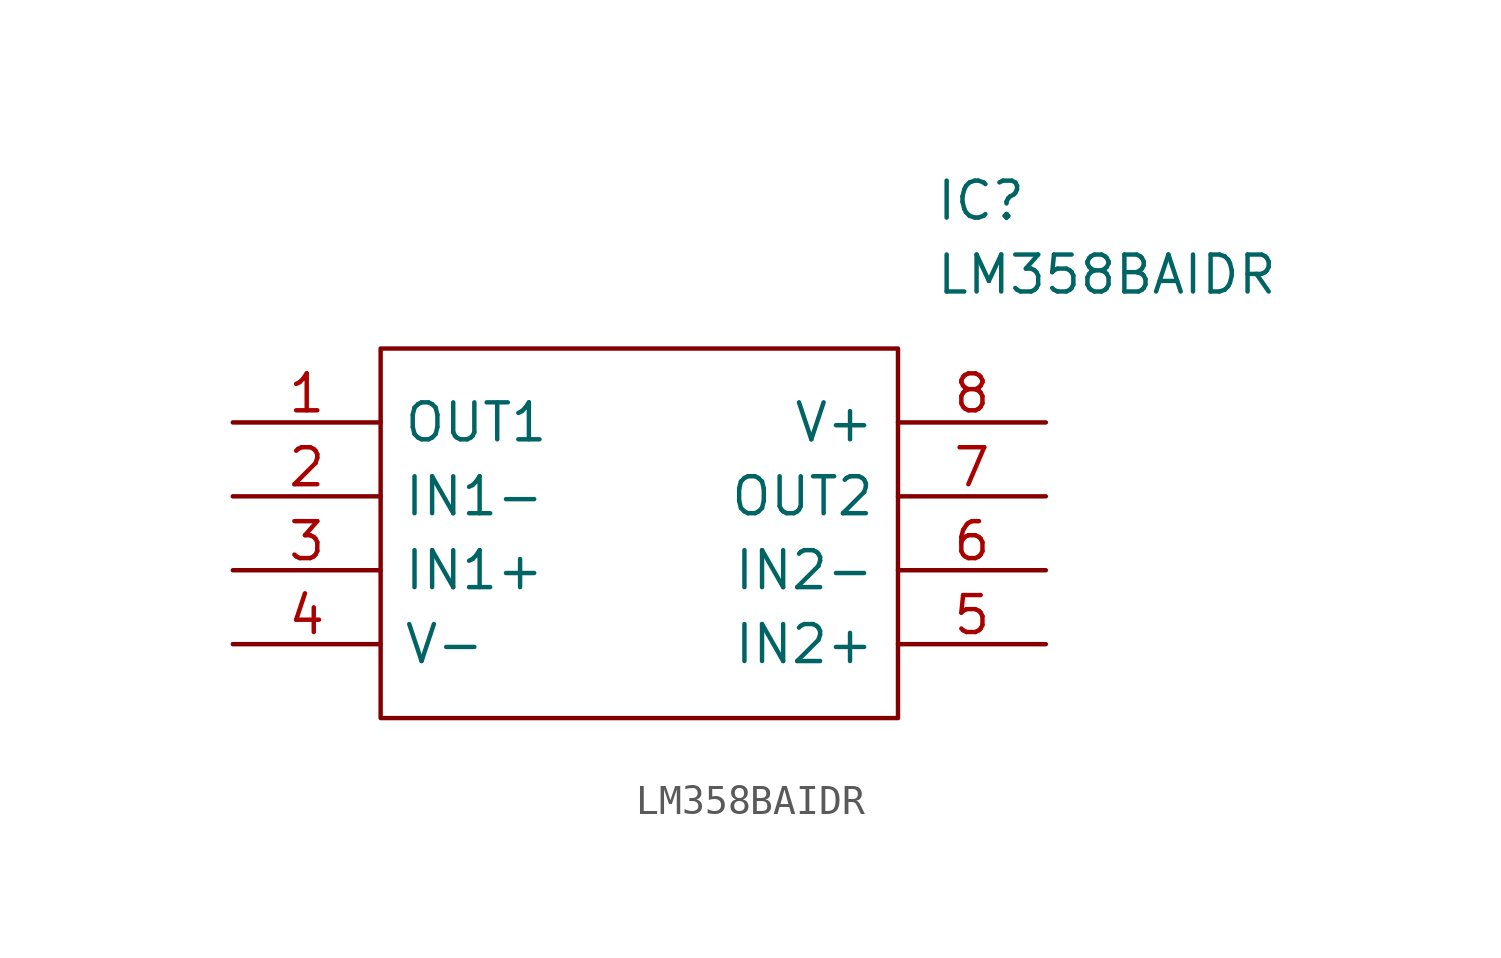
<source format=kicad_sym>
(kicad_symbol_lib
  (version 20220914)
  (generator kicad_symbol_editor)
  (symbol "LM358BAIDR"
    (pin_names
      (offset 0.762))
    (property "Reference" "IC"
      (at 24.13 7.62 0)
      (effects (font (size 1.27 1.27)) (justify left)))
    (property "Value" "LM358BAIDR"
      (at 24.13 5.08 0)
      (effects (font (size 1.27 1.27)) (justify left)))
    (symbol "LM358BAIDR_0_0"
      (pin passive line (at 0 0 0) (length 5.08) (name "OUT1" (effects (font (size 1.27 1.27)))) (number "1" (effects (font (size 1.27 1.27)))))
      (pin passive line (at 0 -2.54 0) (length 5.08) (name "IN1-" (effects (font (size 1.27 1.27)))) (number "2" (effects (font (size 1.27 1.27)))))
      (pin passive line (at 0 -5.08 0) (length 5.08) (name "IN1+" (effects (font (size 1.27 1.27)))) (number "3" (effects (font (size 1.27 1.27)))))
      (pin passive line (at 0 -7.62 0) (length 5.08) (name "V-" (effects (font (size 1.27 1.27)))) (number "4" (effects (font (size 1.27 1.27)))))
      (pin passive line (at 27.94 -7.62 180) (length 5.08) (name "IN2+" (effects (font (size 1.27 1.27)))) (number "5" (effects (font (size 1.27 1.27)))))
      (pin passive line (at 27.94 -5.08 180) (length 5.08) (name "IN2-" (effects (font (size 1.27 1.27)))) (number "6" (effects (font (size 1.27 1.27)))))
      (pin passive line (at 27.94 -2.54 180) (length 5.08) (name "OUT2" (effects (font (size 1.27 1.27)))) (number "7" (effects (font (size 1.27 1.27)))))
      (pin passive line (at 27.94 0 180) (length 5.08) (name "V+" (effects (font (size 1.27 1.27)))) (number "8" (effects (font (size 1.27 1.27))))))
    (symbol "LM358BAIDR_0_1"
      (polyline (pts (xy 5.08 2.54) (xy 22.86 2.54) (xy 22.86 -10.16) (xy 5.08 -10.16) (xy 5.08 2.54)) (stroke (width 0.152) (type solid)) (fill (type none))))))
</source>
